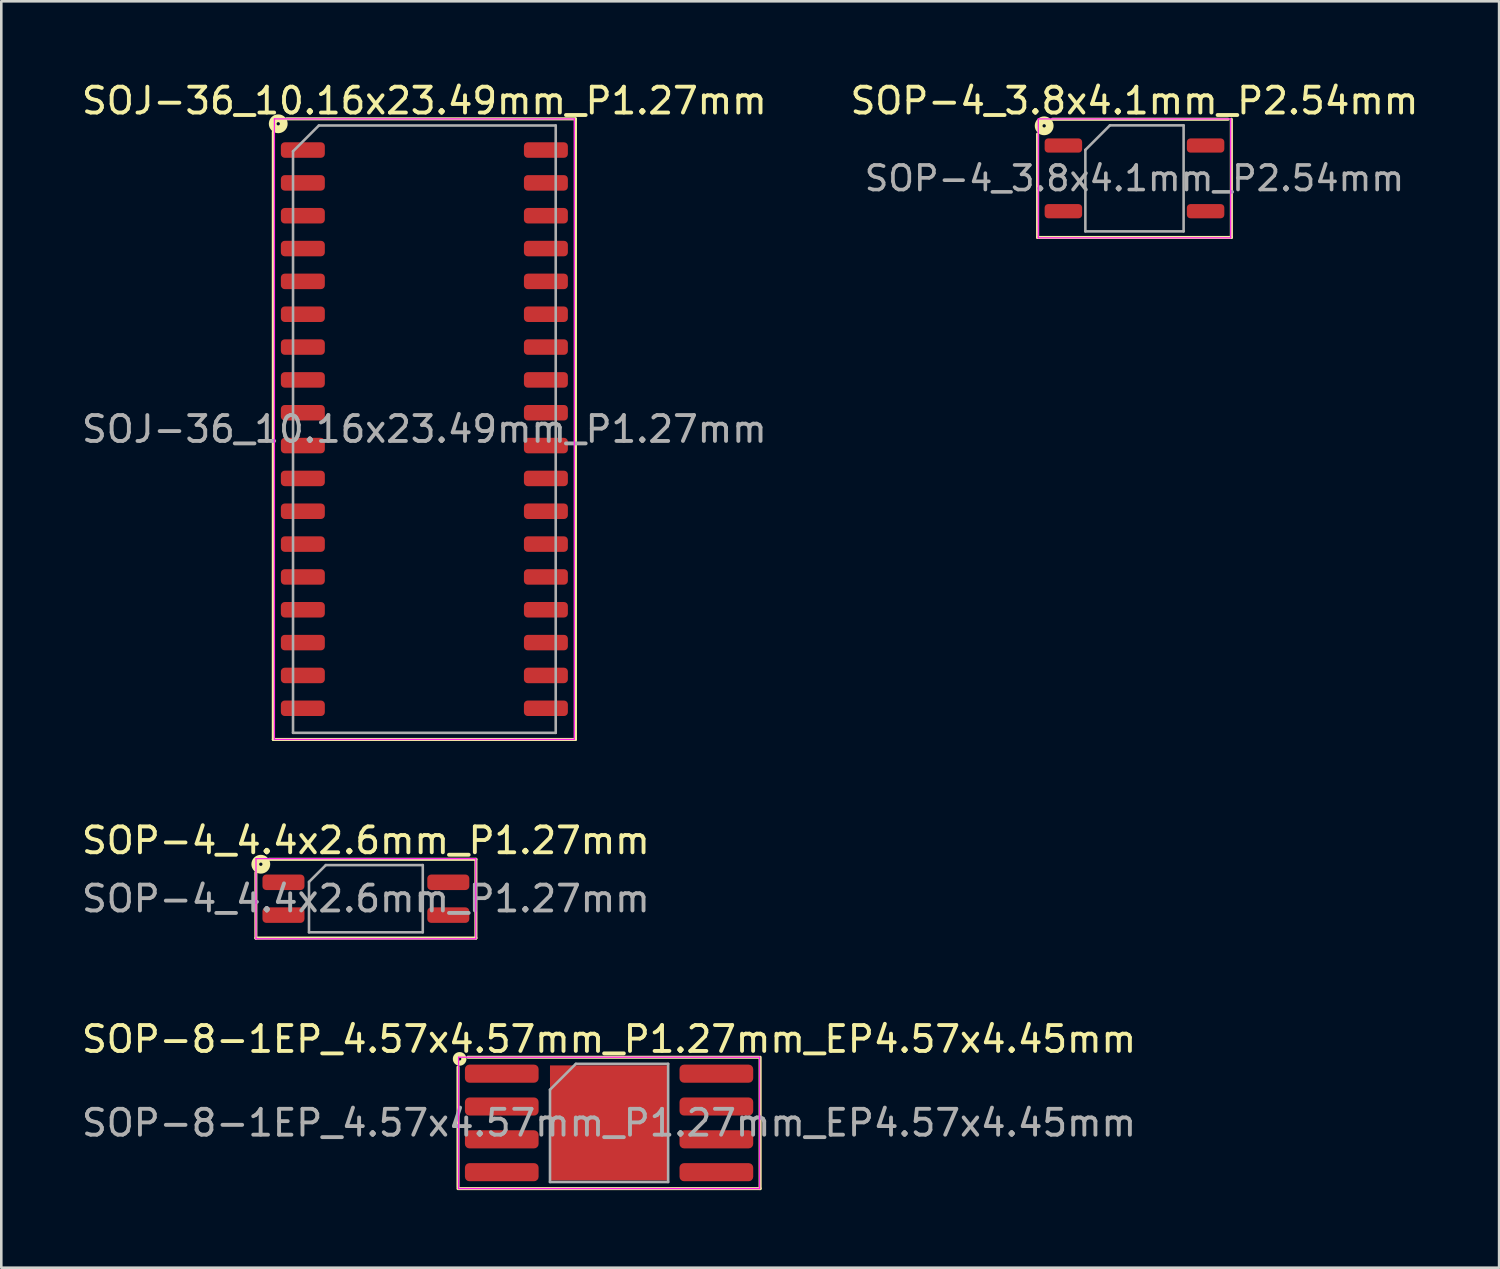
<source format=kicad_pcb>
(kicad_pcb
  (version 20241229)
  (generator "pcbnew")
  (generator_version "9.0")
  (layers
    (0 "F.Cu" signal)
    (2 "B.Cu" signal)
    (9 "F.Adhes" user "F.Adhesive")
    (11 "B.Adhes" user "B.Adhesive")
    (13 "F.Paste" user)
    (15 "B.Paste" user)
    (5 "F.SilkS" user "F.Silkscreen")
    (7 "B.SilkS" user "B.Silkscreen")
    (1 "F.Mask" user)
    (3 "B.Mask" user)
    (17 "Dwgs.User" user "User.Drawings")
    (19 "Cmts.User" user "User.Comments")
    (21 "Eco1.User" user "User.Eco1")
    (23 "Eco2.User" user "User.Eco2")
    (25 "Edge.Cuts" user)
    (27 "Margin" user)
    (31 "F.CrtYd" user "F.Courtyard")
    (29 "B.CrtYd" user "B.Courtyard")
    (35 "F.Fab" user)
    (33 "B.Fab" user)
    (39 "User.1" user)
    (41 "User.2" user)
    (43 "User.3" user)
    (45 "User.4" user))
  (footprint "SOP-8-1EP_4.57x4.57mm_P1.27mm_EP4.57x4.45mm"
    (layer "F.Cu")
    (at 20.506 40.38)
    (property "Reference" "SOP-8-1EP_4.57x4.57mm_P1.27mm_EP4.57x4.45mm" (at 0 -3.24 0) (layer "F.SilkS") (effects (font (size 1 1) (thickness 0.15))))
    (attr smd)
    (fp_line (start -5.842 -2.159) (end -5.842 2.477) (stroke (width 0.12) (type solid)) (layer "F.SilkS"))
    (fp_line (start -5.842 2.54) (end 5.842 2.54) (stroke (width 0.12) (type solid)) (layer "F.SilkS"))
    (fp_line (start 5.779 -2.54) (end -5.461 -2.54) (stroke (width 0.12) (type solid)) (layer "F.SilkS"))
    (fp_line (start 5.842 2.54) (end 5.842 -2.54) (stroke (width 0.12) (type solid)) (layer "F.SilkS"))
    (fp_circle (center -5.779 -2.477) (end -5.715 -2.477) (stroke (width 0.2) (type solid)) (fill no) (layer "F.SilkS"))
    (fp_line (start -5.82 -2.54) (end -5.82 2.54) (stroke (width 0.05) (type solid)) (layer "F.CrtYd"))
    (fp_line (start -5.82 2.54) (end 5.82 2.54) (stroke (width 0.05) (type solid)) (layer "F.CrtYd"))
    (fp_line (start 5.82 -2.54) (end -5.82 -2.54) (stroke (width 0.05) (type solid)) (layer "F.CrtYd"))
    (fp_line (start 5.82 2.54) (end 5.82 -2.54) (stroke (width 0.05) (type solid)) (layer "F.CrtYd"))
    (fp_line (start -2.285 -1.285) (end -1.285 -2.285) (stroke (width 0.1) (type solid)) (layer "F.Fab"))
    (fp_line (start -2.285 2.285) (end -2.285 -1.285) (stroke (width 0.1) (type solid)) (layer "F.Fab"))
    (fp_line (start -1.285 -2.285) (end 2.285 -2.285) (stroke (width 0.1) (type solid)) (layer "F.Fab"))
    (fp_line (start 2.285 -2.285) (end 2.285 2.285) (stroke (width 0.1) (type solid)) (layer "F.Fab"))
    (fp_line (start 2.285 2.285) (end -2.285 2.285) (stroke (width 0.1) (type solid)) (layer "F.Fab"))
    (fp_text user "${REFERENCE}" (at 0 0 0) (layer "F.Fab") (effects (font (size 1 1) (thickness 0.15))))
    (pad "" smd roundrect (at -1.14 -1.11) (size 1.84 1.79) (layers "F.Paste") (roundrect_rratio 0.14))
    (pad "" smd roundrect (at -1.14 1.11) (size 1.84 1.79) (layers "F.Paste") (roundrect_rratio 0.14))
    (pad "" smd roundrect (at 1.14 -1.11) (size 1.84 1.79) (layers "F.Paste") (roundrect_rratio 0.14))
    (pad "" smd roundrect (at 1.14 1.11) (size 1.84 1.79) (layers "F.Paste") (roundrect_rratio 0.14))
    (pad "1" smd roundrect (at -4.15 -1.905) (size 2.85 0.7) (layers "F.Cu" "F.Mask" "F.Paste") (roundrect_rratio 0.25))
    (pad "2" smd roundrect (at -4.15 -0.635) (size 2.85 0.7) (layers "F.Cu" "F.Mask" "F.Paste") (roundrect_rratio 0.25))
    (pad "3" smd roundrect (at -4.15 0.635) (size 2.85 0.7) (layers "F.Cu" "F.Mask" "F.Paste") (roundrect_rratio 0.25))
    (pad "4" smd roundrect (at -4.15 1.905) (size 2.85 0.7) (layers "F.Cu" "F.Mask" "F.Paste") (roundrect_rratio 0.25))
    (pad "5" smd roundrect (at 4.15 1.905) (size 2.85 0.7) (layers "F.Cu" "F.Mask" "F.Paste") (roundrect_rratio 0.25))
    (pad "6" smd roundrect (at 4.15 0.635) (size 2.85 0.7) (layers "F.Cu" "F.Mask" "F.Paste") (roundrect_rratio 0.25))
    (pad "7" smd roundrect (at 4.15 -0.635) (size 2.85 0.7) (layers "F.Cu" "F.Mask" "F.Paste") (roundrect_rratio 0.25))
    (pad "8" smd roundrect (at 4.15 -1.905) (size 2.85 0.7) (layers "F.Cu" "F.Mask" "F.Paste") (roundrect_rratio 0.25))
    (pad "9" smd rect (at 0 0) (size 4.57 4.45) (layers "F.Cu" "F.Mask")))
  (footprint "SOP-4_3.8x4.1mm_P2.54mm"
    (layer "F.Cu")
    (at 40.827 3.848)
    (property "Reference" "SOP-4_3.8x4.1mm_P2.54mm" (at 0 -3 0) (layer "F.SilkS") (effects (font (size 1 1) (thickness 0.15))))
    (attr smd)
    (fp_line (start -3.747 -1.714) (end -3.747 2.286) (stroke (width 0.12) (type solid)) (layer "F.SilkS"))
    (fp_line (start -3.747 2.286) (end 3.747 2.286) (stroke (width 0.12) (type solid)) (layer "F.SilkS"))
    (fp_line (start 3.619 -2.286) (end -3.175 -2.286) (stroke (width 0.12) (type solid)) (layer "F.SilkS"))
    (fp_line (start 3.747 2.286) (end 3.747 -2.286) (stroke (width 0.12) (type solid)) (layer "F.SilkS"))
    (fp_circle (center -3.493 -2.032) (end -3.429 -2.032) (stroke (width 0.3) (type solid)) (fill no) (layer "F.SilkS"))
    (fp_line (start -3.72 -2.3) (end -3.72 2.3) (stroke (width 0.05) (type solid)) (layer "F.CrtYd"))
    (fp_line (start -3.72 2.3) (end 3.72 2.3) (stroke (width 0.05) (type solid)) (layer "F.CrtYd"))
    (fp_line (start 3.72 -2.3) (end -3.72 -2.3) (stroke (width 0.05) (type solid)) (layer "F.CrtYd"))
    (fp_line (start 3.72 2.3) (end 3.72 -2.3) (stroke (width 0.05) (type solid)) (layer "F.CrtYd"))
    (fp_line (start -1.9 -1.1) (end -0.95 -2.05) (stroke (width 0.1) (type solid)) (layer "F.Fab"))
    (fp_line (start -1.9 2.05) (end -1.9 -1.1) (stroke (width 0.1) (type solid)) (layer "F.Fab"))
    (fp_line (start -0.95 -2.05) (end 1.9 -2.05) (stroke (width 0.1) (type solid)) (layer "F.Fab"))
    (fp_line (start 1.9 -2.05) (end 1.9 2.05) (stroke (width 0.1) (type solid)) (layer "F.Fab"))
    (fp_line (start 1.9 2.05) (end -1.9 2.05) (stroke (width 0.1) (type solid)) (layer "F.Fab"))
    (fp_text user "${REFERENCE}" (at 0 0 0) (layer "F.Fab") (effects (font (size 0.95 0.95) (thickness 0.14))))
    (pad "1" smd roundrect (at -2.75 -1.27) (size 1.45 0.55) (layers "F.Cu" "F.Mask" "F.Paste") (roundrect_rratio 0.25))
    (pad "2" smd roundrect (at -2.75 1.27) (size 1.45 0.55) (layers "F.Cu" "F.Mask" "F.Paste") (roundrect_rratio 0.25))
    (pad "3" smd roundrect (at 2.75 1.27) (size 1.45 0.55) (layers "F.Cu" "F.Mask" "F.Paste") (roundrect_rratio 0.25))
    (pad "4" smd roundrect (at 2.75 -1.27) (size 1.45 0.55) (layers "F.Cu" "F.Mask" "F.Paste") (roundrect_rratio 0.25)))
  (footprint "SOP-4_4.4x2.6mm_P1.27mm"
    (layer "F.Cu")
    (at 11.101 31.708)
    (property "Reference" "SOP-4_4.4x2.6mm_P1.27mm" (at 0 -2.25 0) (layer "F.SilkS") (effects (font (size 1 1) (thickness 0.15))))
    (attr smd)
    (fp_line (start -4.255 -1.016) (end -4.255 1.524) (stroke (width 0.12) (type solid)) (layer "F.SilkS"))
    (fp_line (start -4.255 1.524) (end 4.255 1.524) (stroke (width 0.12) (type solid)) (layer "F.SilkS"))
    (fp_line (start 4.255 -1.524) (end -3.747 -1.524) (stroke (width 0.12) (type solid)) (layer "F.SilkS"))
    (fp_line (start 4.255 1.524) (end 4.255 -1.524) (stroke (width 0.12) (type solid)) (layer "F.SilkS"))
    (fp_circle (center -4.064 -1.333) (end -4 -1.333) (stroke (width 0.3) (type solid)) (fill no) (layer "F.SilkS"))
    (fp_line (start -4.25 -1.55) (end -4.25 1.55) (stroke (width 0.05) (type solid)) (layer "F.CrtYd"))
    (fp_line (start -4.25 1.55) (end 4.25 1.55) (stroke (width 0.05) (type solid)) (layer "F.CrtYd"))
    (fp_line (start 4.25 -1.55) (end -4.25 -1.55) (stroke (width 0.05) (type solid)) (layer "F.CrtYd"))
    (fp_line (start 4.25 1.55) (end 4.25 -1.55) (stroke (width 0.05) (type solid)) (layer "F.CrtYd"))
    (fp_line (start -2.2 -0.65) (end -1.55 -1.3) (stroke (width 0.1) (type solid)) (layer "F.Fab"))
    (fp_line (start -2.2 1.3) (end -2.2 -0.65) (stroke (width 0.1) (type solid)) (layer "F.Fab"))
    (fp_line (start -1.55 -1.3) (end 2.2 -1.3) (stroke (width 0.1) (type solid)) (layer "F.Fab"))
    (fp_line (start 2.2 -1.3) (end 2.2 1.3) (stroke (width 0.1) (type solid)) (layer "F.Fab"))
    (fp_line (start 2.2 1.3) (end -2.2 1.3) (stroke (width 0.1) (type solid)) (layer "F.Fab"))
    (fp_text user "${REFERENCE}" (at 0 0 0) (layer "F.Fab") (effects (font (size 1 1) (thickness 0.15))))
    (pad "1" smd roundrect (at -3.188 -0.635) (size 1.625 0.6) (layers "F.Cu" "F.Mask" "F.Paste") (roundrect_rratio 0.25))
    (pad "2" smd roundrect (at -3.188 0.635) (size 1.625 0.6) (layers "F.Cu" "F.Mask" "F.Paste") (roundrect_rratio 0.25))
    (pad "3" smd roundrect (at 3.188 0.635) (size 1.625 0.6) (layers "F.Cu" "F.Mask" "F.Paste") (roundrect_rratio 0.25))
    (pad "4" smd roundrect (at 3.188 -0.635) (size 1.625 0.6) (layers "F.Cu" "F.Mask" "F.Paste") (roundrect_rratio 0.25)))
  (footprint "SOJ-36_10.16x23.49mm_P1.27mm"
    (layer "F.Cu")
    (at 13.363 13.548)
    (property "Reference" "SOJ-36_10.16x23.49mm_P1.27mm" (at 0 -12.7 0) (layer "F.SilkS") (effects (font (size 1 1) (thickness 0.15))))
    (attr smd)
    (fp_line (start -5.842 -11.493) (end -5.842 12.002) (stroke (width 0.12) (type solid)) (layer "F.SilkS"))
    (fp_line (start -5.842 12.002) (end 5.842 12.002) (stroke (width 0.12) (type solid)) (layer "F.SilkS"))
    (fp_line (start 5.842 -12.002) (end -5.334 -12.002) (stroke (width 0.12) (type solid)) (layer "F.SilkS"))
    (fp_line (start 5.842 12.002) (end 5.842 -12.002) (stroke (width 0.12) (type solid)) (layer "F.SilkS"))
    (fp_circle (center -5.652 -11.811) (end -5.588 -11.811) (stroke (width 0.3) (type solid)) (fill no) (layer "F.SilkS"))
    (fp_line (start -5.8 -12) (end -5.8 12) (stroke (width 0.05) (type solid)) (layer "F.CrtYd"))
    (fp_line (start -5.8 12) (end 5.8 12) (stroke (width 0.05) (type solid)) (layer "F.CrtYd"))
    (fp_line (start 5.8 -12) (end -5.8 -12) (stroke (width 0.05) (type solid)) (layer "F.CrtYd"))
    (fp_line (start 5.8 12) (end 5.8 -12) (stroke (width 0.05) (type solid)) (layer "F.CrtYd"))
    (fp_line (start -5.08 -10.745) (end -4.08 -11.745) (stroke (width 0.1) (type solid)) (layer "F.Fab"))
    (fp_line (start -5.08 11.745) (end -5.08 -10.745) (stroke (width 0.1) (type solid)) (layer "F.Fab"))
    (fp_line (start -4.08 -11.745) (end 5.08 -11.745) (stroke (width 0.1) (type solid)) (layer "F.Fab"))
    (fp_line (start 5.08 -11.745) (end 5.08 11.745) (stroke (width 0.1) (type solid)) (layer "F.Fab"))
    (fp_line (start 5.08 11.745) (end -5.08 11.745) (stroke (width 0.1) (type solid)) (layer "F.Fab"))
    (fp_text user "${REFERENCE}" (at 0 0 0) (layer "F.Fab") (effects (font (size 1 1) (thickness 0.15))))
    (pad "1" smd roundrect (at -4.7 -10.795) (size 1.7 0.6) (layers "F.Cu" "F.Mask" "F.Paste") (roundrect_rratio 0.25))
    (pad "2" smd roundrect (at -4.7 -9.525) (size 1.7 0.6) (layers "F.Cu" "F.Mask" "F.Paste") (roundrect_rratio 0.25))
    (pad "3" smd roundrect (at -4.7 -8.255) (size 1.7 0.6) (layers "F.Cu" "F.Mask" "F.Paste") (roundrect_rratio 0.25))
    (pad "4" smd roundrect (at -4.7 -6.985) (size 1.7 0.6) (layers "F.Cu" "F.Mask" "F.Paste") (roundrect_rratio 0.25))
    (pad "5" smd roundrect (at -4.7 -5.715) (size 1.7 0.6) (layers "F.Cu" "F.Mask" "F.Paste") (roundrect_rratio 0.25))
    (pad "6" smd roundrect (at -4.7 -4.445) (size 1.7 0.6) (layers "F.Cu" "F.Mask" "F.Paste") (roundrect_rratio 0.25))
    (pad "7" smd roundrect (at -4.7 -3.175) (size 1.7 0.6) (layers "F.Cu" "F.Mask" "F.Paste") (roundrect_rratio 0.25))
    (pad "8" smd roundrect (at -4.7 -1.905) (size 1.7 0.6) (layers "F.Cu" "F.Mask" "F.Paste") (roundrect_rratio 0.25))
    (pad "9" smd roundrect (at -4.7 -0.635) (size 1.7 0.6) (layers "F.Cu" "F.Mask" "F.Paste") (roundrect_rratio 0.25))
    (pad "10" smd roundrect (at -4.7 0.635) (size 1.7 0.6) (layers "F.Cu" "F.Mask" "F.Paste") (roundrect_rratio 0.25))
    (pad "11" smd roundrect (at -4.7 1.905) (size 1.7 0.6) (layers "F.Cu" "F.Mask" "F.Paste") (roundrect_rratio 0.25))
    (pad "12" smd roundrect (at -4.7 3.175) (size 1.7 0.6) (layers "F.Cu" "F.Mask" "F.Paste") (roundrect_rratio 0.25))
    (pad "13" smd roundrect (at -4.7 4.445) (size 1.7 0.6) (layers "F.Cu" "F.Mask" "F.Paste") (roundrect_rratio 0.25))
    (pad "14" smd roundrect (at -4.7 5.715) (size 1.7 0.6) (layers "F.Cu" "F.Mask" "F.Paste") (roundrect_rratio 0.25))
    (pad "15" smd roundrect (at -4.7 6.985) (size 1.7 0.6) (layers "F.Cu" "F.Mask" "F.Paste") (roundrect_rratio 0.25))
    (pad "16" smd roundrect (at -4.7 8.255) (size 1.7 0.6) (layers "F.Cu" "F.Mask" "F.Paste") (roundrect_rratio 0.25))
    (pad "17" smd roundrect (at -4.7 9.525) (size 1.7 0.6) (layers "F.Cu" "F.Mask" "F.Paste") (roundrect_rratio 0.25))
    (pad "18" smd roundrect (at -4.7 10.795) (size 1.7 0.6) (layers "F.Cu" "F.Mask" "F.Paste") (roundrect_rratio 0.25))
    (pad "19" smd roundrect (at 4.7 10.795) (size 1.7 0.6) (layers "F.Cu" "F.Mask" "F.Paste") (roundrect_rratio 0.25))
    (pad "20" smd roundrect (at 4.7 9.525) (size 1.7 0.6) (layers "F.Cu" "F.Mask" "F.Paste") (roundrect_rratio 0.25))
    (pad "21" smd roundrect (at 4.7 8.255) (size 1.7 0.6) (layers "F.Cu" "F.Mask" "F.Paste") (roundrect_rratio 0.25))
    (pad "22" smd roundrect (at 4.7 6.985) (size 1.7 0.6) (layers "F.Cu" "F.Mask" "F.Paste") (roundrect_rratio 0.25))
    (pad "23" smd roundrect (at 4.7 5.715) (size 1.7 0.6) (layers "F.Cu" "F.Mask" "F.Paste") (roundrect_rratio 0.25))
    (pad "24" smd roundrect (at 4.7 4.445) (size 1.7 0.6) (layers "F.Cu" "F.Mask" "F.Paste") (roundrect_rratio 0.25))
    (pad "25" smd roundrect (at 4.7 3.175) (size 1.7 0.6) (layers "F.Cu" "F.Mask" "F.Paste") (roundrect_rratio 0.25))
    (pad "26" smd roundrect (at 4.7 1.905) (size 1.7 0.6) (layers "F.Cu" "F.Mask" "F.Paste") (roundrect_rratio 0.25))
    (pad "27" smd roundrect (at 4.7 0.635) (size 1.7 0.6) (layers "F.Cu" "F.Mask" "F.Paste") (roundrect_rratio 0.25))
    (pad "28" smd roundrect (at 4.7 -0.635) (size 1.7 0.6) (layers "F.Cu" "F.Mask" "F.Paste") (roundrect_rratio 0.25))
    (pad "29" smd roundrect (at 4.7 -1.905) (size 1.7 0.6) (layers "F.Cu" "F.Mask" "F.Paste") (roundrect_rratio 0.25))
    (pad "30" smd roundrect (at 4.7 -3.175) (size 1.7 0.6) (layers "F.Cu" "F.Mask" "F.Paste") (roundrect_rratio 0.25))
    (pad "31" smd roundrect (at 4.7 -4.445) (size 1.7 0.6) (layers "F.Cu" "F.Mask" "F.Paste") (roundrect_rratio 0.25))
    (pad "32" smd roundrect (at 4.7 -5.715) (size 1.7 0.6) (layers "F.Cu" "F.Mask" "F.Paste") (roundrect_rratio 0.25))
    (pad "33" smd roundrect (at 4.7 -6.985) (size 1.7 0.6) (layers "F.Cu" "F.Mask" "F.Paste") (roundrect_rratio 0.25))
    (pad "34" smd roundrect (at 4.7 -8.255) (size 1.7 0.6) (layers "F.Cu" "F.Mask" "F.Paste") (roundrect_rratio 0.25))
    (pad "35" smd roundrect (at 4.7 -9.525) (size 1.7 0.6) (layers "F.Cu" "F.Mask" "F.Paste") (roundrect_rratio 0.25))
    (pad "36" smd roundrect (at 4.7 -10.795) (size 1.7 0.6) (layers "F.Cu" "F.Mask" "F.Paste") (roundrect_rratio 0.25)))
  (gr_rect
    (start -3 -3)
    (end 54.929 45.98)
    (stroke (width 0.1) (type default))
    (fill no)
    (layer "Edge.Cuts")))
</source>
